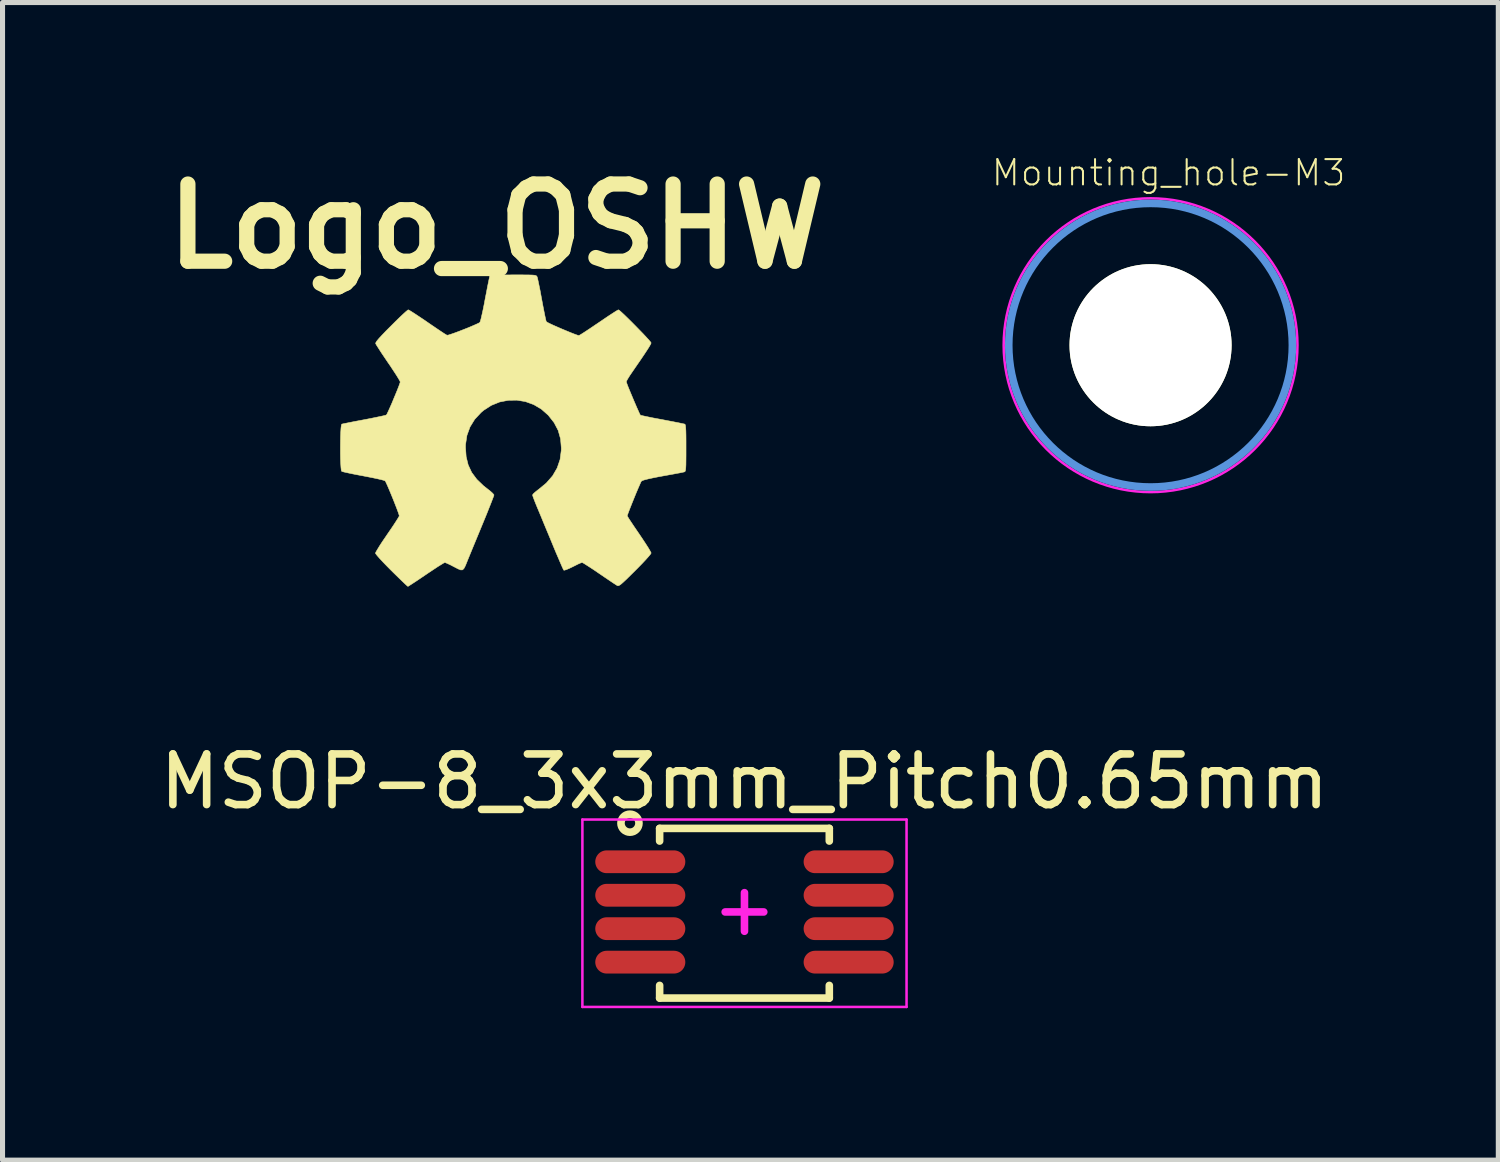
<source format=kicad_pcb>
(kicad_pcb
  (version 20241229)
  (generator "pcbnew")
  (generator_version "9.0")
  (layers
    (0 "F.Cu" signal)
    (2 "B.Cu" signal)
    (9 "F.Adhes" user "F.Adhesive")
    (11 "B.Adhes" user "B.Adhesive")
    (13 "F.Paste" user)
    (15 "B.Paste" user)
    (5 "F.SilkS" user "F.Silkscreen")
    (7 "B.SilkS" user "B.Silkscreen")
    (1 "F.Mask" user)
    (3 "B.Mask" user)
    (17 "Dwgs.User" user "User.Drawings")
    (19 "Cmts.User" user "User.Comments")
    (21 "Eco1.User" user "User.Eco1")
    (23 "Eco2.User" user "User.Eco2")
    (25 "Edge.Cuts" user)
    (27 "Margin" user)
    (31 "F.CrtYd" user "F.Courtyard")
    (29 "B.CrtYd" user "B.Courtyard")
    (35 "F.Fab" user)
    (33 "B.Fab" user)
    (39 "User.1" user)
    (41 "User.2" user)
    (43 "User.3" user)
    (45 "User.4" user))
  (footprint "Logo_OSHW"
    (layer "F.Cu")
    (at 7.066 5.498)
    (property "Reference" "Logo_OSHW" (at -0.31 -4.08 0) (layer "F.SilkS") (effects (font (size 1.524 1.524) (thickness 0.3))))
    (attr through_hole)
    (fp_poly (pts (xy 0.159 -3.121) (xy 0.267 -3.12) (xy 0.347 -3.119) (xy 0.404 -3.117) (xy 0.442 -3.113) (xy 0.465 -3.107) (xy 0.478 -3.099) (xy 0.486 -3.088) (xy 0.49 -3.08) (xy 0.498 -3.051) (xy 0.511 -2.991) (xy 0.528 -2.908) (xy 0.549 -2.806) (xy 0.57 -2.69) (xy 0.581 -2.631) (xy 0.603 -2.513) (xy 0.624 -2.406) (xy 0.642 -2.316) (xy 0.657 -2.247) (xy 0.667 -2.206) (xy 0.67 -2.198) (xy 0.69 -2.184) (xy 0.737 -2.16) (xy 0.805 -2.128) (xy 0.887 -2.092) (xy 0.977 -2.053) (xy 1.068 -2.015) (xy 1.153 -1.98) (xy 1.227 -1.951) (xy 1.282 -1.931) (xy 1.312 -1.923) (xy 1.313 -1.923) (xy 1.333 -1.933) (xy 1.379 -1.961) (xy 1.446 -2.004) (xy 1.529 -2.059) (xy 1.625 -2.124) (xy 1.704 -2.177) (xy 1.807 -2.247) (xy 1.9 -2.31) (xy 1.98 -2.362) (xy 2.042 -2.402) (xy 2.082 -2.425) (xy 2.094 -2.431) (xy 2.114 -2.419) (xy 2.154 -2.384) (xy 2.21 -2.332) (xy 2.278 -2.266) (xy 2.354 -2.191) (xy 2.433 -2.111) (xy 2.511 -2.031) (xy 2.585 -1.955) (xy 2.648 -1.887) (xy 2.698 -1.832) (xy 2.73 -1.794) (xy 2.74 -1.777) (xy 2.731 -1.754) (xy 2.706 -1.709) (xy 2.662 -1.639) (xy 2.6 -1.545) (xy 2.518 -1.424) (xy 2.416 -1.276) (xy 2.366 -1.203) (xy 2.319 -1.134) (xy 2.281 -1.073) (xy 2.257 -1.029) (xy 2.25 -1.01) (xy 2.257 -0.987) (xy 2.275 -0.937) (xy 2.303 -0.867) (xy 2.338 -0.783) (xy 2.376 -0.692) (xy 2.415 -0.6) (xy 2.452 -0.514) (xy 2.485 -0.44) (xy 2.51 -0.384) (xy 2.526 -0.354) (xy 2.528 -0.351) (xy 2.548 -0.345) (xy 2.598 -0.334) (xy 2.674 -0.318) (xy 2.77 -0.298) (xy 2.882 -0.277) (xy 2.958 -0.263) (xy 3.078 -0.24) (xy 3.187 -0.219) (xy 3.279 -0.201) (xy 3.35 -0.186) (xy 3.393 -0.177) (xy 3.404 -0.174) (xy 3.412 -0.165) (xy 3.418 -0.143) (xy 3.422 -0.104) (xy 3.426 -0.043) (xy 3.428 0.042) (xy 3.429 0.157) (xy 3.429 0.298) (xy 3.429 0.439) (xy 3.428 0.549) (xy 3.427 0.631) (xy 3.424 0.689) (xy 3.42 0.728) (xy 3.414 0.752) (xy 3.407 0.764) (xy 3.397 0.769) (xy 3.366 0.776) (xy 3.309 0.788) (xy 3.236 0.801) (xy 3.202 0.808) (xy 3.025 0.84) (xy 2.882 0.866) (xy 2.768 0.889) (xy 2.681 0.908) (xy 2.618 0.924) (xy 2.576 0.937) (xy 2.552 0.949) (xy 2.546 0.955) (xy 2.533 0.979) (xy 2.511 1.03) (xy 2.48 1.101) (xy 2.444 1.186) (xy 2.406 1.279) (xy 2.368 1.373) (xy 2.333 1.461) (xy 2.303 1.538) (xy 2.281 1.597) (xy 2.269 1.632) (xy 2.268 1.638) (xy 2.278 1.656) (xy 2.305 1.7) (xy 2.348 1.765) (xy 2.402 1.846) (xy 2.466 1.94) (xy 2.504 1.995) (xy 2.571 2.095) (xy 2.631 2.186) (xy 2.681 2.264) (xy 2.717 2.325) (xy 2.737 2.362) (xy 2.74 2.372) (xy 2.727 2.394) (xy 2.691 2.438) (xy 2.635 2.501) (xy 2.562 2.579) (xy 2.474 2.669) (xy 2.424 2.719) (xy 2.325 2.817) (xy 2.249 2.892) (xy 2.191 2.946) (xy 2.149 2.983) (xy 2.119 3.005) (xy 2.098 3.015) (xy 2.081 3.017) (xy 2.067 3.011) (xy 2.067 3.011) (xy 2.04 2.994) (xy 1.989 2.961) (xy 1.918 2.913) (xy 1.832 2.855) (xy 1.737 2.79) (xy 1.713 2.774) (xy 1.618 2.709) (xy 1.533 2.653) (xy 1.461 2.607) (xy 1.409 2.574) (xy 1.38 2.559) (xy 1.376 2.558) (xy 1.351 2.566) (xy 1.302 2.587) (xy 1.238 2.619) (xy 1.192 2.642) (xy 1.119 2.677) (xy 1.061 2.701) (xy 1.024 2.711) (xy 1.015 2.709) (xy 1.004 2.689) (xy 0.981 2.639) (xy 0.949 2.565) (xy 0.908 2.469) (xy 0.86 2.358) (xy 0.808 2.233) (xy 0.789 2.186) (xy 0.731 2.046) (xy 0.672 1.905) (xy 0.616 1.77) (xy 0.566 1.648) (xy 0.523 1.545) (xy 0.491 1.469) (xy 0.489 1.464) (xy 0.455 1.381) (xy 0.427 1.309) (xy 0.407 1.255) (xy 0.399 1.226) (xy 0.399 1.225) (xy 0.413 1.203) (xy 0.45 1.169) (xy 0.502 1.127) (xy 0.513 1.12) (xy 0.671 0.989) (xy 0.795 0.847) (xy 0.885 0.692) (xy 0.942 0.525) (xy 0.966 0.344) (xy 0.967 0.299) (xy 0.952 0.118) (xy 0.905 -0.049) (xy 0.824 -0.204) (xy 0.709 -0.35) (xy 0.708 -0.351) (xy 0.572 -0.471) (xy 0.421 -0.56) (xy 0.258 -0.619) (xy 0.089 -0.647) (xy -0.082 -0.644) (xy -0.251 -0.611) (xy -0.414 -0.545) (xy -0.565 -0.448) (xy -0.616 -0.405) (xy -0.743 -0.269) (xy -0.836 -0.118) (xy -0.897 0.049) (xy -0.924 0.229) (xy -0.925 0.288) (xy -0.912 0.47) (xy -0.872 0.632) (xy -0.803 0.78) (xy -0.702 0.916) (xy -0.568 1.045) (xy -0.489 1.107) (xy -0.432 1.152) (xy -0.388 1.192) (xy -0.365 1.22) (xy -0.363 1.226) (xy -0.37 1.249) (xy -0.389 1.3) (xy -0.419 1.378) (xy -0.458 1.476) (xy -0.504 1.592) (xy -0.557 1.721) (xy -0.601 1.828) (xy -0.66 1.971) (xy -0.717 2.109) (xy -0.77 2.237) (xy -0.817 2.351) (xy -0.855 2.444) (xy -0.883 2.512) (xy -0.894 2.54) (xy -0.928 2.624) (xy -0.956 2.677) (xy -0.983 2.703) (xy -1.019 2.705) (xy -1.07 2.685) (xy -1.143 2.647) (xy -1.153 2.642) (xy -1.222 2.606) (xy -1.282 2.578) (xy -1.322 2.561) (xy -1.334 2.558) (xy -1.355 2.568) (xy -1.401 2.596) (xy -1.469 2.638) (xy -1.552 2.693) (xy -1.647 2.756) (xy -1.703 2.794) (xy -1.802 2.861) (xy -1.891 2.921) (xy -1.966 2.97) (xy -2.022 3.006) (xy -2.055 3.027) (xy -2.062 3.03) (xy -2.078 3.018) (xy -2.116 2.983) (xy -2.172 2.93) (xy -2.243 2.861) (xy -2.325 2.781) (xy -2.389 2.718) (xy -2.476 2.63) (xy -2.554 2.549) (xy -2.62 2.478) (xy -2.668 2.423) (xy -2.697 2.386) (xy -2.703 2.374) (xy -2.693 2.35) (xy -2.665 2.302) (xy -2.623 2.233) (xy -2.568 2.148) (xy -2.503 2.053) (xy -2.468 2.001) (xy -2.4 1.902) (xy -2.34 1.813) (xy -2.291 1.737) (xy -2.255 1.68) (xy -2.235 1.645) (xy -2.232 1.638) (xy -2.239 1.612) (xy -2.257 1.559) (xy -2.284 1.486) (xy -2.318 1.399) (xy -2.355 1.305) (xy -2.394 1.21) (xy -2.431 1.121) (xy -2.464 1.044) (xy -2.491 0.985) (xy -2.508 0.951) (xy -2.511 0.947) (xy -2.535 0.937) (xy -2.589 0.922) (xy -2.668 0.904) (xy -2.767 0.883) (xy -2.88 0.861) (xy -2.941 0.849) (xy -3.059 0.827) (xy -3.165 0.806) (xy -3.255 0.787) (xy -3.322 0.772) (xy -3.362 0.761) (xy -3.37 0.757) (xy -3.378 0.734) (xy -3.384 0.68) (xy -3.389 0.603) (xy -3.393 0.508) (xy -3.395 0.402) (xy -3.395 0.289) (xy -3.394 0.177) (xy -3.392 0.07) (xy -3.388 -0.024) (xy -3.383 -0.1) (xy -3.376 -0.152) (xy -3.368 -0.174) (xy -3.368 -0.174) (xy -3.343 -0.18) (xy -3.289 -0.191) (xy -3.209 -0.207) (xy -3.109 -0.227) (xy -2.996 -0.248) (xy -2.922 -0.262) (xy -2.802 -0.285) (xy -2.695 -0.307) (xy -2.604 -0.326) (xy -2.536 -0.341) (xy -2.495 -0.352) (xy -2.486 -0.356) (xy -2.472 -0.38) (xy -2.448 -0.431) (xy -2.416 -0.502) (xy -2.379 -0.586) (xy -2.341 -0.678) (xy -2.303 -0.769) (xy -2.268 -0.855) (xy -2.24 -0.927) (xy -2.221 -0.98) (xy -2.213 -1.006) (xy -2.213 -1.006) (xy -2.223 -1.03) (xy -2.251 -1.078) (xy -2.294 -1.148) (xy -2.349 -1.232) (xy -2.413 -1.329) (xy -2.452 -1.385) (xy -2.52 -1.486) (xy -2.582 -1.578) (xy -2.633 -1.657) (xy -2.672 -1.718) (xy -2.695 -1.756) (xy -2.699 -1.766) (xy -2.695 -1.784) (xy -2.675 -1.816) (xy -2.636 -1.863) (xy -2.577 -1.927) (xy -2.496 -2.012) (xy -2.393 -2.115) (xy -2.305 -2.203) (xy -2.225 -2.281) (xy -2.156 -2.346) (xy -2.102 -2.395) (xy -2.067 -2.424) (xy -2.055 -2.431) (xy -2.034 -2.421) (xy -1.988 -2.393) (xy -1.921 -2.35) (xy -1.838 -2.295) (xy -1.742 -2.231) (xy -1.674 -2.184) (xy -1.572 -2.114) (xy -1.479 -2.051) (xy -1.4 -1.998) (xy -1.339 -1.958) (xy -1.299 -1.934) (xy -1.288 -1.929) (xy -1.263 -1.933) (xy -1.212 -1.949) (xy -1.14 -1.974) (xy -1.056 -2.005) (xy -0.964 -2.041) (xy -0.873 -2.077) (xy -0.788 -2.113) (xy -0.717 -2.144) (xy -0.665 -2.168) (xy -0.641 -2.183) (xy -0.632 -2.206) (xy -0.617 -2.26) (xy -0.599 -2.339) (xy -0.577 -2.439) (xy -0.554 -2.553) (xy -0.537 -2.646) (xy -0.513 -2.768) (xy -0.492 -2.879) (xy -0.473 -2.973) (xy -0.458 -3.045) (xy -0.448 -3.09) (xy -0.444 -3.104) (xy -0.423 -3.109) (xy -0.371 -3.113) (xy -0.291 -3.116) (xy -0.188 -3.119) (xy -0.067 -3.12) (xy 0.02 -3.121) (xy 0.159 -3.121)) (stroke (width 0.01) (type solid)) (fill yes) (layer "F.SilkS")))
  (footprint "Mounting_hole-M3"
    (layer "F.Cu")
    (at 19.667 3.766)
    (property "Reference" "Mounting_hole-M3" (at 0.356 -3.404 0) (layer "F.SilkS") (effects (font (size 0.5 0.5) (thickness 0.04))))
    (attr through_hole)
    (fp_circle (center 0 0) (end 2.8 0) (stroke (width 0.15) (type solid)) (fill no) (layer "Cmts.User"))
    (fp_circle (center 0 0) (end 2.9 0) (stroke (width 0.05) (type solid)) (fill no) (layer "F.CrtYd"))
    (pad "" np_thru_hole circle (at 0 0) (size 3.2 3.2) (drill 3.2) (layers "*.Cu" "*.Mask" "F.SilkS")))
  (footprint "MSOP-8_3x3mm_Pitch0.65mm"
    (layer "F.Cu")
    (at 11.649 14.956)
    (property "Reference" "MSOP-8_3x3mm_Pitch0.65mm" (at 0 -2.575 0) (layer "F.SilkS") (effects (font (size 1 1) (thickness 0.15))))
    (attr smd)
    (fp_line (start -1.675 -1.65) (end -1.675 -1.4) (stroke (width 0.15) (type solid)) (layer "F.SilkS"))
    (fp_line (start -1.675 -1.65) (end 1.675 -1.65) (stroke (width 0.15) (type solid)) (layer "F.SilkS"))
    (fp_line (start -1.675 1.7) (end -1.675 1.45) (stroke (width 0.15) (type solid)) (layer "F.SilkS"))
    (fp_line (start -1.675 1.7) (end 1.675 1.7) (stroke (width 0.15) (type solid)) (layer "F.SilkS"))
    (fp_line (start 1.675 -1.65) (end 1.675 -1.4) (stroke (width 0.15) (type solid)) (layer "F.SilkS"))
    (fp_line (start 1.675 1.7) (end 1.675 1.45) (stroke (width 0.15) (type solid)) (layer "F.SilkS"))
    (fp_circle (center -2.261 -1.753) (end -2.083 -1.753) (stroke (width 0.15) (type solid)) (fill no) (layer "F.SilkS"))
    (fp_line (start -3.2 -1.825) (end -3.2 1.875) (stroke (width 0.05) (type solid)) (layer "F.CrtYd"))
    (fp_line (start -3.2 -1.825) (end 3.2 -1.825) (stroke (width 0.05) (type solid)) (layer "F.CrtYd"))
    (fp_line (start -3.2 1.875) (end 3.2 1.875) (stroke (width 0.05) (type solid)) (layer "F.CrtYd"))
    (fp_line (start -0.381 0) (end 0.381 0) (stroke (width 0.15) (type solid)) (layer "F.CrtYd"))
    (fp_line (start 0 -0.381) (end 0 0.381) (stroke (width 0.15) (type solid)) (layer "F.CrtYd"))
    (fp_line (start 3.2 -1.825) (end 3.2 1.875) (stroke (width 0.05) (type solid)) (layer "F.CrtYd"))
    (pad "1" smd oval (at -2.057 -0.991) (size 1.778 0.45) (layers "F.Cu" "F.Mask" "F.Paste"))
    (pad "2" smd oval (at -2.057 -0.33) (size 1.778 0.45) (layers "F.Cu" "F.Mask" "F.Paste"))
    (pad "3" smd oval (at -2.057 0.33) (size 1.778 0.45) (layers "F.Cu" "F.Mask" "F.Paste"))
    (pad "4" smd oval (at -2.057 0.991) (size 1.778 0.45) (layers "F.Cu" "F.Mask" "F.Paste"))
    (pad "5" smd oval (at 2.057 0.991) (size 1.778 0.45) (layers "F.Cu" "F.Mask" "F.Paste"))
    (pad "6" smd oval (at 2.057 0.33) (size 1.778 0.45) (layers "F.Cu" "F.Mask" "F.Paste"))
    (pad "7" smd oval (at 2.057 -0.33) (size 1.778 0.45) (layers "F.Cu" "F.Mask" "F.Paste"))
    (pad "8" smd oval (at 2.057 -0.991) (size 1.778 0.45) (layers "F.Cu" "F.Mask" "F.Paste")))
  (gr_rect
    (start -3 -3)
    (end 26.533 19.856)
    (stroke (width 0.1) (type default))
    (fill no)
    (layer "Edge.Cuts")))
</source>
